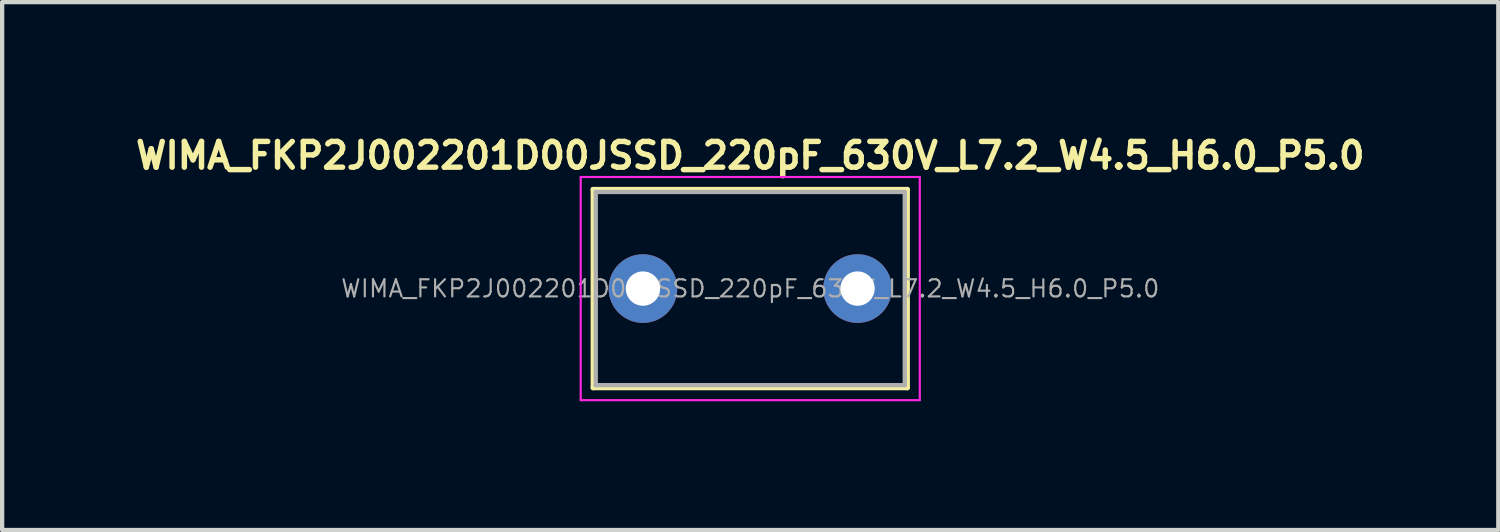
<source format=kicad_pcb>
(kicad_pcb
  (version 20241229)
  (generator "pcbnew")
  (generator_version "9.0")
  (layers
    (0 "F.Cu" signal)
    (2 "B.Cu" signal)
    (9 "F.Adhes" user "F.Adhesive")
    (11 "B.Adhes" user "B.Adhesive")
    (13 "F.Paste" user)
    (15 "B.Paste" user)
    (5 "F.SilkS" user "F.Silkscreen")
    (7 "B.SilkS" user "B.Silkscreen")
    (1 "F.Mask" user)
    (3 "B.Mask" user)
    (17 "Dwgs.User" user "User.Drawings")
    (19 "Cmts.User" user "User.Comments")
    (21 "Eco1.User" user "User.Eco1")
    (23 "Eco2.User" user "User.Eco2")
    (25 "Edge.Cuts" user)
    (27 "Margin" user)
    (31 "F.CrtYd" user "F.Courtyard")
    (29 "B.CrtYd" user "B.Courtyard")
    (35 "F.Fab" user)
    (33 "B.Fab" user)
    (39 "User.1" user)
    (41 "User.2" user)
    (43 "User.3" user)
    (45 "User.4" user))
  (footprint "WIMA_FKP2J002201D00JSSD_220pF_630V_L7.2_W4.5_H6.0_P5.0"
    (layer "F.Cu")
    (at 14.431 3.674)
    (property "Reference" "WIMA_FKP2J002201D00JSSD_220pF_630V_L7.2_W4.5_H6.0_P5.0" (at 0 -3.1 0) (layer "F.SilkS") (effects (font (size 0.6 0.6) (thickness 0.127))))
    (attr through_hole)
    (fp_line (start -3.66 -2.31) (end -3.66 2.31) (stroke (width 0.12) (type solid)) (layer "F.SilkS"))
    (fp_line (start -3.66 -2.31) (end 3.66 -2.31) (stroke (width 0.12) (type solid)) (layer "F.SilkS"))
    (fp_line (start -3.66 2.31) (end 3.66 2.31) (stroke (width 0.12) (type solid)) (layer "F.SilkS"))
    (fp_line (start 3.66 -2.31) (end 3.66 2.31) (stroke (width 0.12) (type solid)) (layer "F.SilkS"))
    (fp_line (start -3.95 -2.6) (end -3.95 2.6) (stroke (width 0.05) (type solid)) (layer "F.CrtYd"))
    (fp_line (start -3.95 2.6) (end 3.95 2.6) (stroke (width 0.05) (type solid)) (layer "F.CrtYd"))
    (fp_line (start 3.95 -2.6) (end -3.95 -2.6) (stroke (width 0.05) (type solid)) (layer "F.CrtYd"))
    (fp_line (start 3.95 2.6) (end 3.95 -2.6) (stroke (width 0.05) (type solid)) (layer "F.CrtYd"))
    (fp_line (start -3.6 -2.25) (end -3.6 2.25) (stroke (width 0.1) (type solid)) (layer "F.Fab"))
    (fp_line (start -3.6 2.25) (end 3.6 2.25) (stroke (width 0.1) (type solid)) (layer "F.Fab"))
    (fp_line (start 3.6 -2.25) (end -3.6 -2.25) (stroke (width 0.1) (type solid)) (layer "F.Fab"))
    (fp_line (start 3.6 2.25) (end 3.6 -2.25) (stroke (width 0.1) (type solid)) (layer "F.Fab"))
    (fp_text user "${REFERENCE}" (at 0 0 0) (layer "F.Fab") (effects (font (size 0.4 0.4) (thickness 0.05))))
    (pad "1" thru_hole circle (at -2.5 0) (size 1.6 1.6) (drill 0.8) (layers "*.Cu" "*.Mask"))
    (pad "2" thru_hole circle (at 2.5 0) (size 1.6 1.6) (drill 0.8) (layers "*.Cu" "*.Mask")))
  (gr_rect
    (start -3 -3)
    (end 31.861 9.299)
    (stroke (width 0.1) (type default))
    (fill no)
    (layer "Edge.Cuts")))
</source>
